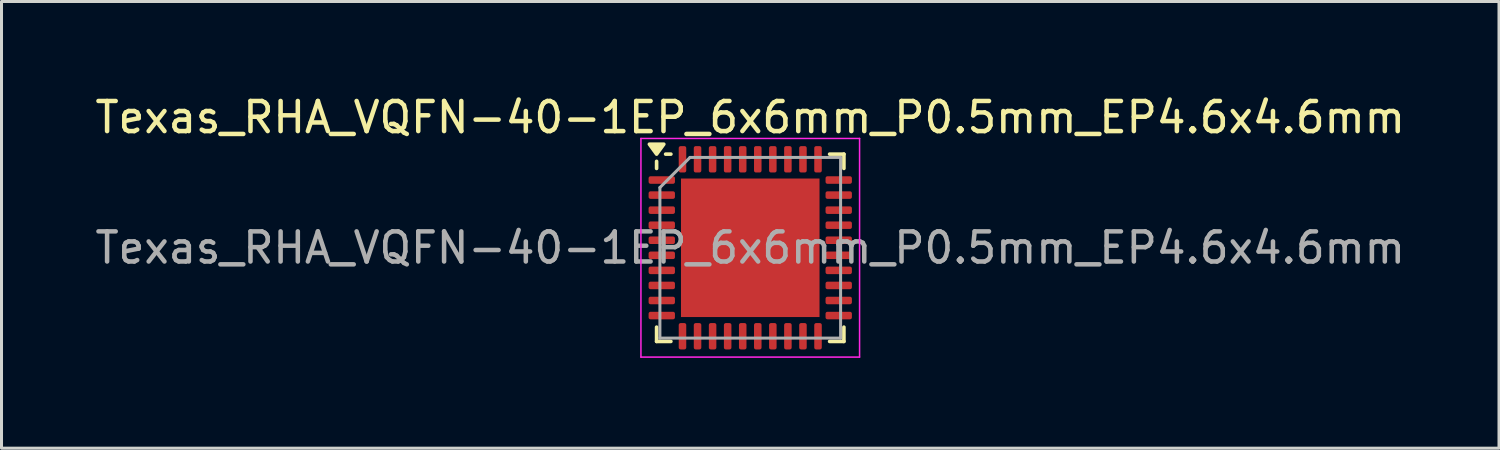
<source format=kicad_pcb>
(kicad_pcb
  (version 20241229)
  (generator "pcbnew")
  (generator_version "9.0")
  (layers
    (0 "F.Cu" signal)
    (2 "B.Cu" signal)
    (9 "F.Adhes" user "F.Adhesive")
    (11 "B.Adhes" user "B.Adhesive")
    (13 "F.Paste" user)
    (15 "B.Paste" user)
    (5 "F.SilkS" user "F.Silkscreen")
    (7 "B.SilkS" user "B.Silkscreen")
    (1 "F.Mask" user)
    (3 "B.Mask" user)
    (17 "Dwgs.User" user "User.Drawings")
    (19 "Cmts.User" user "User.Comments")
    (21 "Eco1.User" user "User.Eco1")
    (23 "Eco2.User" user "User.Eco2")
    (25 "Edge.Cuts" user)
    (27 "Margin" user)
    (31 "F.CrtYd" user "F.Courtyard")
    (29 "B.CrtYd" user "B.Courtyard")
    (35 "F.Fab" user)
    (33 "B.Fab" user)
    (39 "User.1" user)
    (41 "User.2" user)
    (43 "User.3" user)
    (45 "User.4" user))
  (footprint "Texas_RHA_VQFN-40-1EP_6x6mm_P0.5mm_EP4.6x4.6mm"
    (layer "F.Cu")
    (at 21.863 5.178)
    (property "Reference" "Texas_RHA_VQFN-40-1EP_6x6mm_P0.5mm_EP4.6x4.6mm" (at 0 -4.33 0) (layer "F.SilkS") (effects (font (size 1 1) (thickness 0.15))))
    (attr smd)
    (fp_line (start -3.11 -2.635) (end -3.11 -2.87) (stroke (width 0.12) (type solid)) (layer "F.SilkS"))
    (fp_line (start -3.11 3.11) (end -3.11 2.635) (stroke (width 0.12) (type solid)) (layer "F.SilkS"))
    (fp_line (start -2.635 -3.11) (end -2.81 -3.11) (stroke (width 0.12) (type solid)) (layer "F.SilkS"))
    (fp_line (start -2.635 3.11) (end -3.11 3.11) (stroke (width 0.12) (type solid)) (layer "F.SilkS"))
    (fp_line (start 2.635 -3.11) (end 3.11 -3.11) (stroke (width 0.12) (type solid)) (layer "F.SilkS"))
    (fp_line (start 2.635 3.11) (end 3.11 3.11) (stroke (width 0.12) (type solid)) (layer "F.SilkS"))
    (fp_line (start 3.11 -3.11) (end 3.11 -2.635) (stroke (width 0.12) (type solid)) (layer "F.SilkS"))
    (fp_line (start 3.11 3.11) (end 3.11 2.635) (stroke (width 0.12) (type solid)) (layer "F.SilkS"))
    (fp_poly (pts (xy -3.11 -3.11) (xy -3.35 -3.44) (xy -2.87 -3.44) (xy -3.11 -3.11)) (stroke (width 0.12) (type solid)) (fill yes) (layer "F.SilkS"))
    (fp_line (start -3.63 -3.63) (end -3.63 3.63) (stroke (width 0.05) (type solid)) (layer "F.CrtYd"))
    (fp_line (start -3.63 3.63) (end 3.63 3.63) (stroke (width 0.05) (type solid)) (layer "F.CrtYd"))
    (fp_line (start 3.63 -3.63) (end -3.63 -3.63) (stroke (width 0.05) (type solid)) (layer "F.CrtYd"))
    (fp_line (start 3.63 3.63) (end 3.63 -3.63) (stroke (width 0.05) (type solid)) (layer "F.CrtYd"))
    (fp_line (start -3 -2) (end -2 -3) (stroke (width 0.1) (type solid)) (layer "F.Fab"))
    (fp_line (start -3 3) (end -3 -2) (stroke (width 0.1) (type solid)) (layer "F.Fab"))
    (fp_line (start -2 -3) (end 3 -3) (stroke (width 0.1) (type solid)) (layer "F.Fab"))
    (fp_line (start 3 -3) (end 3 3) (stroke (width 0.1) (type solid)) (layer "F.Fab"))
    (fp_line (start 3 3) (end -3 3) (stroke (width 0.1) (type solid)) (layer "F.Fab"))
    (fp_text user "${REFERENCE}" (at 0 0 0) (layer "F.Fab") (effects (font (size 1 1) (thickness 0.15))))
    (pad "" smd roundrect (at -1.53 -1.53) (size 1.24 1.24) (layers "F.Paste") (roundrect_rratio 0.202))
    (pad "" smd roundrect (at -1.53 0) (size 1.24 1.24) (layers "F.Paste") (roundrect_rratio 0.202))
    (pad "" smd roundrect (at -1.53 1.53) (size 1.24 1.24) (layers "F.Paste") (roundrect_rratio 0.202))
    (pad "" smd roundrect (at 0 -1.53) (size 1.24 1.24) (layers "F.Paste") (roundrect_rratio 0.202))
    (pad "" smd roundrect (at 0 0) (size 1.24 1.24) (layers "F.Paste") (roundrect_rratio 0.202))
    (pad "" smd roundrect (at 0 1.53) (size 1.24 1.24) (layers "F.Paste") (roundrect_rratio 0.202))
    (pad "" smd roundrect (at 1.53 -1.53) (size 1.24 1.24) (layers "F.Paste") (roundrect_rratio 0.202))
    (pad "" smd roundrect (at 1.53 0) (size 1.24 1.24) (layers "F.Paste") (roundrect_rratio 0.202))
    (pad "" smd roundrect (at 1.53 1.53) (size 1.24 1.24) (layers "F.Paste") (roundrect_rratio 0.202))
    (pad "1" smd roundrect (at -2.938 -2.25) (size 0.875 0.25) (layers "F.Cu" "F.Mask" "F.Paste") (roundrect_rratio 0.25))
    (pad "2" smd roundrect (at -2.938 -1.75) (size 0.875 0.25) (layers "F.Cu" "F.Mask" "F.Paste") (roundrect_rratio 0.25))
    (pad "3" smd roundrect (at -2.938 -1.25) (size 0.875 0.25) (layers "F.Cu" "F.Mask" "F.Paste") (roundrect_rratio 0.25))
    (pad "4" smd roundrect (at -2.938 -0.75) (size 0.875 0.25) (layers "F.Cu" "F.Mask" "F.Paste") (roundrect_rratio 0.25))
    (pad "5" smd roundrect (at -2.938 -0.25) (size 0.875 0.25) (layers "F.Cu" "F.Mask" "F.Paste") (roundrect_rratio 0.25))
    (pad "6" smd roundrect (at -2.938 0.25) (size 0.875 0.25) (layers "F.Cu" "F.Mask" "F.Paste") (roundrect_rratio 0.25))
    (pad "7" smd roundrect (at -2.938 0.75) (size 0.875 0.25) (layers "F.Cu" "F.Mask" "F.Paste") (roundrect_rratio 0.25))
    (pad "8" smd roundrect (at -2.938 1.25) (size 0.875 0.25) (layers "F.Cu" "F.Mask" "F.Paste") (roundrect_rratio 0.25))
    (pad "9" smd roundrect (at -2.938 1.75) (size 0.875 0.25) (layers "F.Cu" "F.Mask" "F.Paste") (roundrect_rratio 0.25))
    (pad "10" smd roundrect (at -2.938 2.25) (size 0.875 0.25) (layers "F.Cu" "F.Mask" "F.Paste") (roundrect_rratio 0.25))
    (pad "11" smd roundrect (at -2.25 2.938) (size 0.25 0.875) (layers "F.Cu" "F.Mask" "F.Paste") (roundrect_rratio 0.25))
    (pad "12" smd roundrect (at -1.75 2.938) (size 0.25 0.875) (layers "F.Cu" "F.Mask" "F.Paste") (roundrect_rratio 0.25))
    (pad "13" smd roundrect (at -1.25 2.938) (size 0.25 0.875) (layers "F.Cu" "F.Mask" "F.Paste") (roundrect_rratio 0.25))
    (pad "14" smd roundrect (at -0.75 2.938) (size 0.25 0.875) (layers "F.Cu" "F.Mask" "F.Paste") (roundrect_rratio 0.25))
    (pad "15" smd roundrect (at -0.25 2.938) (size 0.25 0.875) (layers "F.Cu" "F.Mask" "F.Paste") (roundrect_rratio 0.25))
    (pad "16" smd roundrect (at 0.25 2.938) (size 0.25 0.875) (layers "F.Cu" "F.Mask" "F.Paste") (roundrect_rratio 0.25))
    (pad "17" smd roundrect (at 0.75 2.938) (size 0.25 0.875) (layers "F.Cu" "F.Mask" "F.Paste") (roundrect_rratio 0.25))
    (pad "18" smd roundrect (at 1.25 2.938) (size 0.25 0.875) (layers "F.Cu" "F.Mask" "F.Paste") (roundrect_rratio 0.25))
    (pad "19" smd roundrect (at 1.75 2.938) (size 0.25 0.875) (layers "F.Cu" "F.Mask" "F.Paste") (roundrect_rratio 0.25))
    (pad "20" smd roundrect (at 2.25 2.938) (size 0.25 0.875) (layers "F.Cu" "F.Mask" "F.Paste") (roundrect_rratio 0.25))
    (pad "21" smd roundrect (at 2.938 2.25) (size 0.875 0.25) (layers "F.Cu" "F.Mask" "F.Paste") (roundrect_rratio 0.25))
    (pad "22" smd roundrect (at 2.938 1.75) (size 0.875 0.25) (layers "F.Cu" "F.Mask" "F.Paste") (roundrect_rratio 0.25))
    (pad "23" smd roundrect (at 2.938 1.25) (size 0.875 0.25) (layers "F.Cu" "F.Mask" "F.Paste") (roundrect_rratio 0.25))
    (pad "24" smd roundrect (at 2.938 0.75) (size 0.875 0.25) (layers "F.Cu" "F.Mask" "F.Paste") (roundrect_rratio 0.25))
    (pad "25" smd roundrect (at 2.938 0.25) (size 0.875 0.25) (layers "F.Cu" "F.Mask" "F.Paste") (roundrect_rratio 0.25))
    (pad "26" smd roundrect (at 2.938 -0.25) (size 0.875 0.25) (layers "F.Cu" "F.Mask" "F.Paste") (roundrect_rratio 0.25))
    (pad "27" smd roundrect (at 2.938 -0.75) (size 0.875 0.25) (layers "F.Cu" "F.Mask" "F.Paste") (roundrect_rratio 0.25))
    (pad "28" smd roundrect (at 2.938 -1.25) (size 0.875 0.25) (layers "F.Cu" "F.Mask" "F.Paste") (roundrect_rratio 0.25))
    (pad "29" smd roundrect (at 2.938 -1.75) (size 0.875 0.25) (layers "F.Cu" "F.Mask" "F.Paste") (roundrect_rratio 0.25))
    (pad "30" smd roundrect (at 2.938 -2.25) (size 0.875 0.25) (layers "F.Cu" "F.Mask" "F.Paste") (roundrect_rratio 0.25))
    (pad "31" smd roundrect (at 2.25 -2.938) (size 0.25 0.875) (layers "F.Cu" "F.Mask" "F.Paste") (roundrect_rratio 0.25))
    (pad "32" smd roundrect (at 1.75 -2.938) (size 0.25 0.875) (layers "F.Cu" "F.Mask" "F.Paste") (roundrect_rratio 0.25))
    (pad "33" smd roundrect (at 1.25 -2.938) (size 0.25 0.875) (layers "F.Cu" "F.Mask" "F.Paste") (roundrect_rratio 0.25))
    (pad "34" smd roundrect (at 0.75 -2.938) (size 0.25 0.875) (layers "F.Cu" "F.Mask" "F.Paste") (roundrect_rratio 0.25))
    (pad "35" smd roundrect (at 0.25 -2.938) (size 0.25 0.875) (layers "F.Cu" "F.Mask" "F.Paste") (roundrect_rratio 0.25))
    (pad "36" smd roundrect (at -0.25 -2.938) (size 0.25 0.875) (layers "F.Cu" "F.Mask" "F.Paste") (roundrect_rratio 0.25))
    (pad "37" smd roundrect (at -0.75 -2.938) (size 0.25 0.875) (layers "F.Cu" "F.Mask" "F.Paste") (roundrect_rratio 0.25))
    (pad "38" smd roundrect (at -1.25 -2.938) (size 0.25 0.875) (layers "F.Cu" "F.Mask" "F.Paste") (roundrect_rratio 0.25))
    (pad "39" smd roundrect (at -1.75 -2.938) (size 0.25 0.875) (layers "F.Cu" "F.Mask" "F.Paste") (roundrect_rratio 0.25))
    (pad "40" smd roundrect (at -2.25 -2.938) (size 0.25 0.875) (layers "F.Cu" "F.Mask" "F.Paste") (roundrect_rratio 0.25))
    (pad "41" smd rect (at 0 0) (size 4.6 4.6) (property pad_prop_heatsink) (layers "F.Cu" "F.Mask")))
  (gr_rect
    (start -3 -3)
    (end 46.726 11.833)
    (stroke (width 0.1) (type default))
    (fill no)
    (layer "Edge.Cuts")))
</source>
